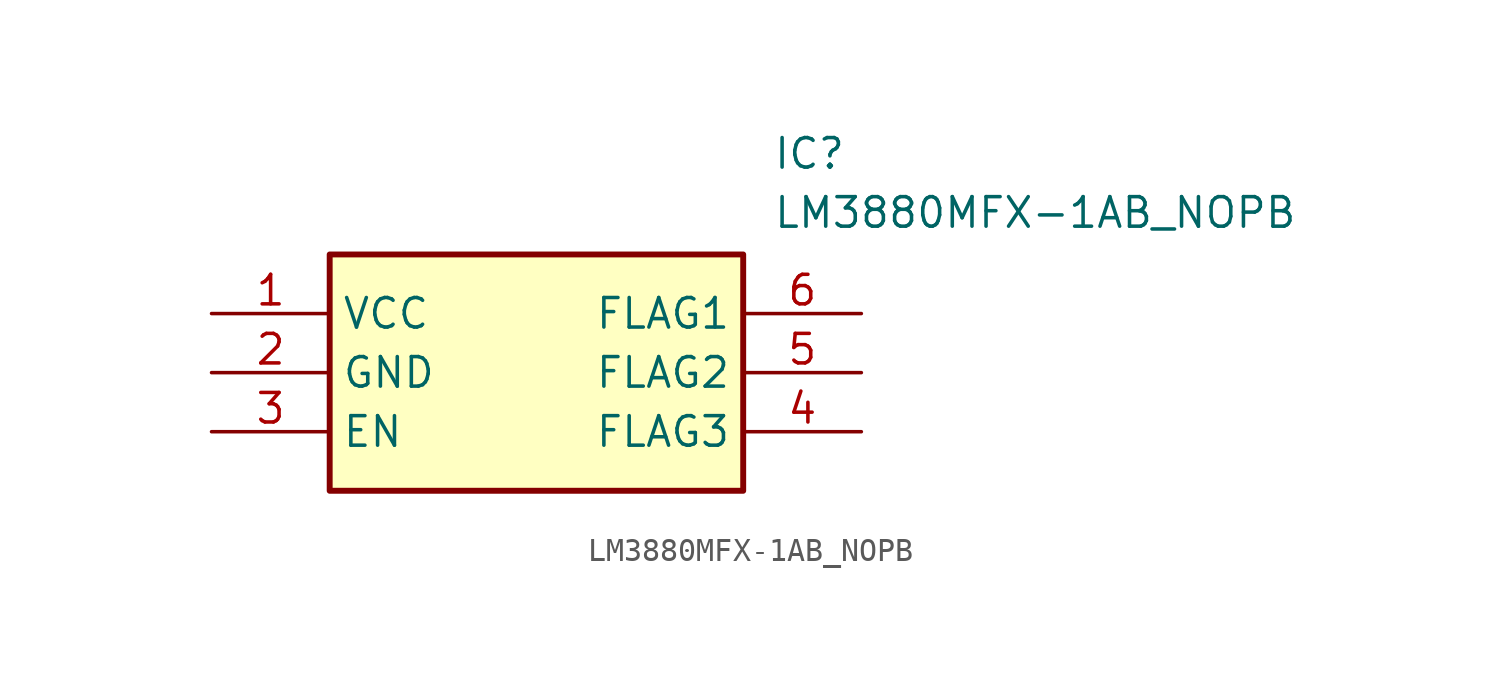
<source format=kicad_sym>
(kicad_symbol_lib
  (version 20211014)
  (generator SamacSys_ECAD_Model)
  (symbol "LM3880MFX-1AB_NOPB"
    (property "Reference" "IC"
      (at 24.13 7.62 0)
      (effects (font (size 1.27 1.27)) (justify left top)))
    (property "Value" "LM3880MFX-1AB_NOPB"
      (at 24.13 5.08 0)
      (effects (font (size 1.27 1.27)) (justify left top)))
    (rectangle
      (start 5.08 2.54)
      (end 22.86 -7.62)
      (stroke (width 0.254) (type default))
      (fill (type background)))
    (pin passive line
      (at 0 0 0)
      (length 5.08)
      (name "VCC" (effects (font (size 1.27 1.27))))
      (number "1" (effects (font (size 1.27 1.27)))))
    (pin passive line
      (at 0 -2.54 0)
      (length 5.08)
      (name "GND" (effects (font (size 1.27 1.27))))
      (number "2" (effects (font (size 1.27 1.27)))))
    (pin passive line
      (at 0 -5.08 0)
      (length 5.08)
      (name "EN" (effects (font (size 1.27 1.27))))
      (number "3" (effects (font (size 1.27 1.27)))))
    (pin passive line
      (at 27.94 0 180)
      (length 5.08)
      (name "FLAG1" (effects (font (size 1.27 1.27))))
      (number "6" (effects (font (size 1.27 1.27)))))
    (pin passive line
      (at 27.94 -2.54 180)
      (length 5.08)
      (name "FLAG2" (effects (font (size 1.27 1.27))))
      (number "5" (effects (font (size 1.27 1.27)))))
    (pin passive line
      (at 27.94 -5.08 180)
      (length 5.08)
      (name "FLAG3" (effects (font (size 1.27 1.27))))
      (number "4" (effects (font (size 1.27 1.27)))))))
</source>
